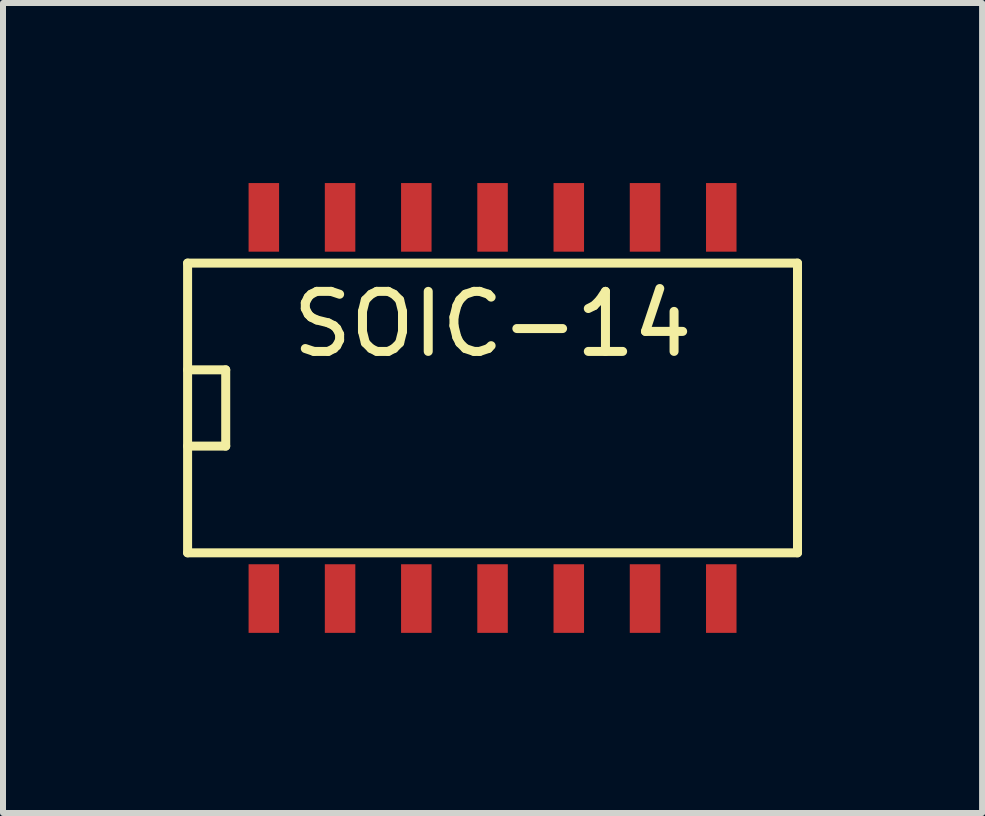
<source format=kicad_pcb>
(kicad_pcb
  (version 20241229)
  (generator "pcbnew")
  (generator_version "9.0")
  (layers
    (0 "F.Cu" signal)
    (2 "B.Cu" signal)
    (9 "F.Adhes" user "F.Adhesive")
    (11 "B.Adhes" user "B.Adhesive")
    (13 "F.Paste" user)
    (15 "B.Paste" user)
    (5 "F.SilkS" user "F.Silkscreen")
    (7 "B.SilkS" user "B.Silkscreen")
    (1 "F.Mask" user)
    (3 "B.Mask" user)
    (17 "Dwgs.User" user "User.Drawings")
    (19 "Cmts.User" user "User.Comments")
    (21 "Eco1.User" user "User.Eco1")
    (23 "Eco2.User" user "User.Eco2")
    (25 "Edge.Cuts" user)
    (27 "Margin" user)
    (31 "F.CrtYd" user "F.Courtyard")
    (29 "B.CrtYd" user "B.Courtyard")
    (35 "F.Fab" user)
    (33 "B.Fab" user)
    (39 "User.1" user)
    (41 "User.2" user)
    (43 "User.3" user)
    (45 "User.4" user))
  (footprint "SOIC-14"
    (layer "F.Cu")
    (at 5.155 3.619)
    (property "Reference" "SOIC-14" (at 0 -1.27 0) (layer "F.SilkS") (effects (font (size 1 1) (thickness 0.15))))
    (attr smd)
    (fp_line (start -5.08 -2.286) (end 5.08 -2.286) (stroke (width 0.15) (type solid)) (layer "F.SilkS"))
    (fp_line (start -5.08 -0.508) (end -4.445 -0.508) (stroke (width 0.15) (type solid)) (layer "F.SilkS"))
    (fp_line (start -5.08 2.54) (end -5.08 -2.286) (stroke (width 0.15) (type solid)) (layer "F.SilkS"))
    (fp_line (start -4.445 -0.508) (end -4.445 0.762) (stroke (width 0.15) (type solid)) (layer "F.SilkS"))
    (fp_line (start -4.445 0.762) (end -5.08 0.762) (stroke (width 0.15) (type solid)) (layer "F.SilkS"))
    (fp_line (start 5.08 -2.286) (end 5.08 2.54) (stroke (width 0.15) (type solid)) (layer "F.SilkS"))
    (fp_line (start 5.08 2.54) (end -5.08 2.54) (stroke (width 0.15) (type solid)) (layer "F.SilkS"))
    (pad "1" smd rect (at -3.81 3.302) (size 0.508 1.143) (layers "F.Cu" "F.Mask" "F.Paste"))
    (pad "2" smd rect (at -2.54 3.302) (size 0.508 1.143) (layers "F.Cu" "F.Mask" "F.Paste"))
    (pad "3" smd rect (at -1.27 3.302) (size 0.508 1.143) (layers "F.Cu" "F.Mask" "F.Paste"))
    (pad "4" smd rect (at 0 3.302) (size 0.508 1.143) (layers "F.Cu" "F.Mask" "F.Paste"))
    (pad "5" smd rect (at 1.27 3.302) (size 0.508 1.143) (layers "F.Cu" "F.Mask" "F.Paste"))
    (pad "6" smd rect (at 2.54 3.302) (size 0.508 1.143) (layers "F.Cu" "F.Mask" "F.Paste"))
    (pad "7" smd rect (at 3.81 3.302) (size 0.508 1.143) (layers "F.Cu" "F.Mask" "F.Paste"))
    (pad "8" smd rect (at 3.81 -3.048) (size 0.508 1.143) (layers "F.Cu" "F.Mask" "F.Paste"))
    (pad "9" smd rect (at 2.54 -3.048) (size 0.508 1.143) (layers "F.Cu" "F.Mask" "F.Paste"))
    (pad "10" smd rect (at 1.27 -3.048) (size 0.508 1.143) (layers "F.Cu" "F.Mask" "F.Paste"))
    (pad "11" smd rect (at 0 -3.048) (size 0.508 1.143) (layers "F.Cu" "F.Mask" "F.Paste"))
    (pad "12" smd rect (at -1.27 -3.048) (size 0.508 1.143) (layers "F.Cu" "F.Mask" "F.Paste"))
    (pad "13" smd rect (at -2.54 -3.048) (size 0.508 1.143) (layers "F.Cu" "F.Mask" "F.Paste"))
    (pad "14" smd rect (at -3.81 -3.048) (size 0.508 1.143) (layers "F.Cu" "F.Mask" "F.Paste")))
  (gr_rect
    (start -3 -3)
    (end 13.31 10.493)
    (stroke (width 0.1) (type default))
    (fill no)
    (layer "Edge.Cuts")))
</source>
